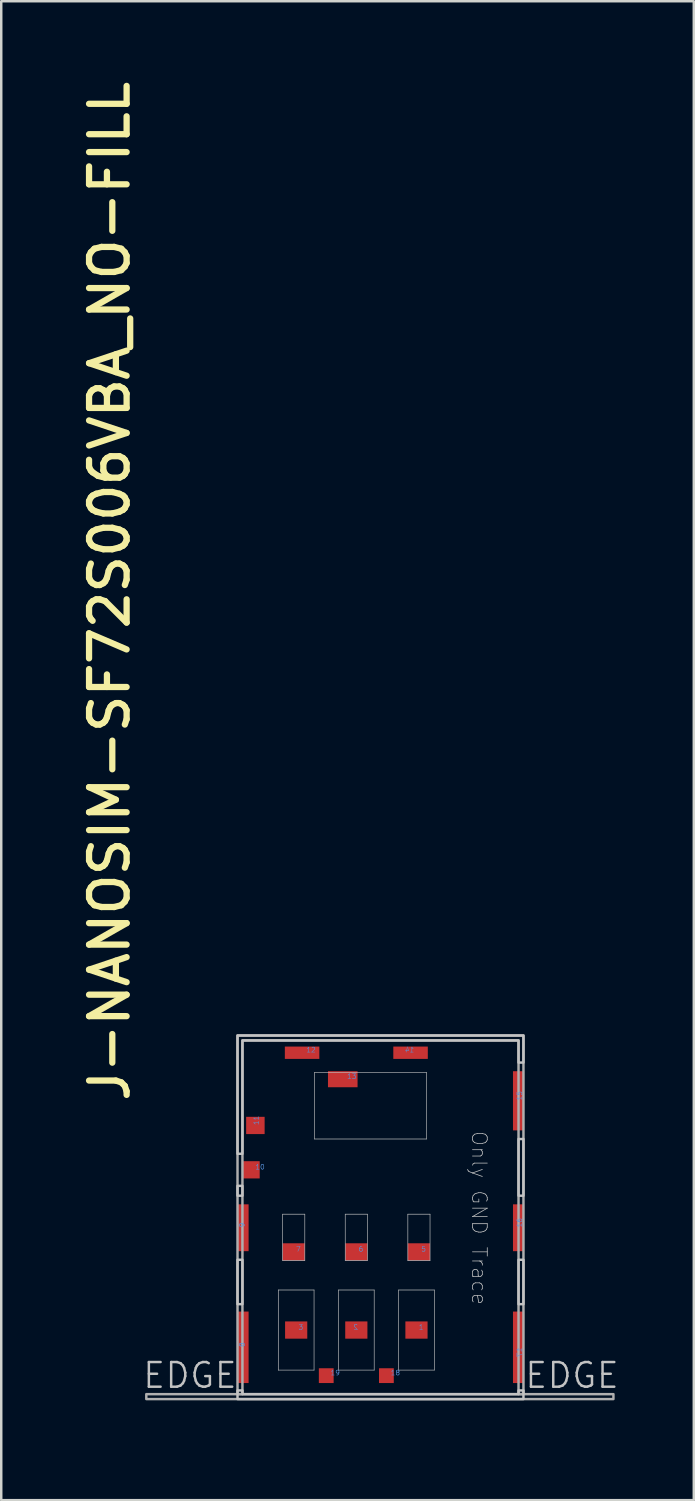
<source format=kicad_pcb>
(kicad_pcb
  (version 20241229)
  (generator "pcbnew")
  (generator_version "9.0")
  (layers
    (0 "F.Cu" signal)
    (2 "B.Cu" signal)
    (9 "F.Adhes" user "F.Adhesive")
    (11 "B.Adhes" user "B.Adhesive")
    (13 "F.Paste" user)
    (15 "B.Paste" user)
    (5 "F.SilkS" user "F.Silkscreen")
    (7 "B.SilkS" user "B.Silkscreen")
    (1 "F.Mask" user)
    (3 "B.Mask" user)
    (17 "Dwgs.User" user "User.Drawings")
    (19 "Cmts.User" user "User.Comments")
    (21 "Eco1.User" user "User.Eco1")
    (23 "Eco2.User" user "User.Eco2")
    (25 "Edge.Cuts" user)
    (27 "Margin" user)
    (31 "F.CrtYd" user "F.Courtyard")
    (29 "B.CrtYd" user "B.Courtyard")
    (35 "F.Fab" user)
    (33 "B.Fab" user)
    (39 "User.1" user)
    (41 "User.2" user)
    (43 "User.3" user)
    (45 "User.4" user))
  (footprint "J-NANOSIM-SF72S006VBA_NO-FILL"
    (layer "F.Cu")
    (at 12.385 46.856)
    (property "Reference" "J-NANOSIM-SF72S006VBA_NO-FILL" (at -10.099 -5.106 90) (unlocked yes) (layer "F.SilkS") (effects (font (size 1.524 1.524) (thickness 0.254)) (justify left bottom)))
    (fp_line (start -4.145 2.425) (end -4.145 5.675) (stroke (width 0.025) (type solid)) (layer "Dwgs.User"))
    (fp_line (start -3.97 -0.65) (end -3.97 1.23) (stroke (width 0.025) (type solid)) (layer "Dwgs.User"))
    (fp_line (start -3.07 -0.65) (end -3.97 -0.65) (stroke (width 0.025) (type solid)) (layer "Dwgs.User"))
    (fp_line (start -3.07 -0.65) (end -3.07 1.23) (stroke (width 0.025) (type solid)) (layer "Dwgs.User"))
    (fp_line (start -3.07 1.23) (end -3.97 1.23) (stroke (width 0.025) (type solid)) (layer "Dwgs.User"))
    (fp_line (start -2.695 2.425) (end -4.145 2.425) (stroke (width 0.025) (type solid)) (layer "Dwgs.User"))
    (fp_line (start -2.695 2.425) (end -2.695 5.675) (stroke (width 0.025) (type solid)) (layer "Dwgs.User"))
    (fp_line (start -2.695 5.675) (end -4.145 5.675) (stroke (width 0.025) (type solid)) (layer "Dwgs.User"))
    (fp_line (start -2.68 -6.4) (end -2.68 -3.7) (stroke (width 0.025) (type solid)) (layer "Dwgs.User"))
    (fp_line (start -1.705 2.425) (end -1.705 5.675) (stroke (width 0.025) (type solid)) (layer "Dwgs.User"))
    (fp_line (start -1.43 -0.65) (end -1.43 1.23) (stroke (width 0.025) (type solid)) (layer "Dwgs.User"))
    (fp_line (start -0.53 -0.65) (end -1.43 -0.65) (stroke (width 0.025) (type solid)) (layer "Dwgs.User"))
    (fp_line (start -0.53 -0.65) (end -0.53 1.23) (stroke (width 0.025) (type solid)) (layer "Dwgs.User"))
    (fp_line (start -0.53 1.23) (end -1.43 1.23) (stroke (width 0.025) (type solid)) (layer "Dwgs.User"))
    (fp_line (start -0.255 2.425) (end -1.705 2.425) (stroke (width 0.025) (type solid)) (layer "Dwgs.User"))
    (fp_line (start -0.255 2.425) (end -0.255 5.675) (stroke (width 0.025) (type solid)) (layer "Dwgs.User"))
    (fp_line (start -0.255 5.675) (end -1.705 5.675) (stroke (width 0.025) (type solid)) (layer "Dwgs.User"))
    (fp_line (start 0.735 2.425) (end 0.735 5.675) (stroke (width 0.025) (type solid)) (layer "Dwgs.User"))
    (fp_line (start 1.11 -0.65) (end 1.11 1.23) (stroke (width 0.025) (type solid)) (layer "Dwgs.User"))
    (fp_line (start 1.87 -6.4) (end -2.68 -6.4) (stroke (width 0.025) (type solid)) (layer "Dwgs.User"))
    (fp_line (start 1.87 -6.4) (end 1.87 -3.7) (stroke (width 0.025) (type solid)) (layer "Dwgs.User"))
    (fp_line (start 1.87 -3.7) (end -2.68 -3.7) (stroke (width 0.025) (type solid)) (layer "Dwgs.User"))
    (fp_line (start 2.01 -0.65) (end 1.11 -0.65) (stroke (width 0.025) (type solid)) (layer "Dwgs.User"))
    (fp_line (start 2.01 -0.65) (end 2.01 1.23) (stroke (width 0.025) (type solid)) (layer "Dwgs.User"))
    (fp_line (start 2.01 1.23) (end 1.11 1.23) (stroke (width 0.025) (type solid)) (layer "Dwgs.User"))
    (fp_line (start 2.185 2.425) (end 0.735 2.425) (stroke (width 0.025) (type solid)) (layer "Dwgs.User"))
    (fp_line (start 2.185 2.425) (end 2.185 5.675) (stroke (width 0.025) (type solid)) (layer "Dwgs.User"))
    (fp_line (start 2.185 5.675) (end 0.735 5.675) (stroke (width 0.025) (type solid)) (layer "Dwgs.User"))
    (fp_poly (pts (xy -5.8 -1.8) (xy -5.8 -1.4) (xy -5.6 -1.4) (xy -5.6 -1.8)) (stroke (width 0.1) (type default)) (fill no) (layer "Dwgs.User"))
    (fp_poly (pts (xy -5.8 3) (xy -5.8 1.2) (xy -5.6 1.2) (xy -5.6 3)) (stroke (width 0.1) (type default)) (fill no) (layer "Dwgs.User"))
    (fp_poly (pts (xy 5.6 -1.4) (xy 5.6 -3.7) (xy 5.8 -3.7) (xy 5.8 -1.4)) (stroke (width 0.1) (type default)) (fill no) (layer "Dwgs.User"))
    (fp_poly (pts (xy 5.6 3) (xy 5.6 1.2) (xy 5.8 1.2) (xy 5.8 3)) (stroke (width 0.1) (type default)) (fill no) (layer "Dwgs.User"))
    (fp_poly (pts (xy -5.8 -3.1) (xy -5.8 -7.9) (xy 5.8 -7.9) (xy 5.8 -6.8) (xy 5.6 -6.8) (xy 5.6 -7.7) (xy -5.6 -7.7) (xy -5.6 -3.1)) (stroke (width 0.1) (type default)) (fill no) (layer "Dwgs.User"))
    (fp_poly (pts (xy -5.8 6.85) (xy -5.8 6.5) (xy -5.6 6.5) (xy -5.6 6.65) (xy 5.6 6.65) (xy 5.6 6.5) (xy 5.8 6.5) (xy 5.8 6.85)) (stroke (width 0.1) (type default)) (fill no) (layer "Dwgs.User"))
    (fp_poly (pts (xy -9.5 6.65) (xy 9.45 6.65) (xy 9.45 6.85) (xy -9.5 6.85)) (stroke (width 0.1) (type solid)) (fill no) (layer "F.Fab"))
    (fp_poly (pts (xy -5.8 -7.9) (xy -5.8 6.65) (xy -5.6 6.65) (xy -5.6 -7.7) (xy 5.6 -7.7) (xy 5.6 6.65) (xy 5.8 6.65) (xy 5.8 -7.9)) (stroke (width 0.1) (type solid)) (fill no) (layer "F.Fab"))
    (fp_poly (pts (xy 5.8 -7.9) (xy 5.8 7.9) (xy -5.8 7.9) (xy -5.8 -7.9)) (stroke (width 0.1) (type default)) (fill no) (layer "User.8"))
    (fp_text user "EDGE" (at 5.8 6.475 0) (unlocked yes) (layer "Dwgs.User") (effects (font (size 1 1) (thickness 0.1)) (justify left bottom)))
    (fp_text user "EDGE" (at -9.7 6.475 0) (unlocked yes) (layer "Dwgs.User") (effects (font (size 1 1) (thickness 0.1)) (justify left bottom)))
    (fp_text user "Only GND Trace" (at 3.657 -4.057 270) (unlocked yes) (layer "Dwgs.User") (effects (font (size 0.6 0.6) (thickness 0.03)) (justify left bottom)))
    (fp_text user "9" (at -5.495 -0.1 90) (unlocked yes) (layer "Cmts.User") (effects (font (size 0.2 0.2) (thickness 0.02)) (justify left bottom)))
    (fp_text user "14" (at 1.38 -7.2 0) (unlocked yes) (layer "Cmts.User") (effects (font (size 0.2 0.2) (thickness 0.02)) (justify left bottom mirror)))
    (fp_text user "17" (at 5.76 4.75 90) (unlocked yes) (layer "Cmts.User") (effects (font (size 0.2 0.2) (thickness 0.02)) (justify left bottom mirror)))
    (fp_text user "7" (at -3.44 0.88 0) (unlocked yes) (layer "Cmts.User") (effects (font (size 0.2 0.2) (thickness 0.02)) (justify left bottom)))
    (fp_text user "11" (at -4.915 -4.25 90) (unlocked yes) (layer "Cmts.User") (effects (font (size 0.2 0.2) (thickness 0.02)) (justify left bottom)))
    (fp_text user "5" (at 1.64 0.88 0) (unlocked yes) (layer "Cmts.User") (effects (font (size 0.2 0.2) (thickness 0.02)) (justify left bottom)))
    (fp_text user "16" (at 5.76 -0.1 90) (unlocked yes) (layer "Cmts.User") (effects (font (size 0.2 0.2) (thickness 0.02)) (justify left bottom)))
    (fp_text user "10" (at -5.09 -2.45 0) (unlocked yes) (layer "Cmts.User") (effects (font (size 0.2 0.2) (thickness 0.02)) (justify left bottom)))
    (fp_text user "8" (at -5.495 4.75 90) (unlocked yes) (layer "Cmts.User") (effects (font (size 0.2 0.2) (thickness 0.02)) (justify left bottom)))
    (fp_text user "19" (at -2.04 5.9 0) (unlocked yes) (layer "Cmts.User") (effects (font (size 0.2 0.2) (thickness 0.02)) (justify left bottom)))
    (fp_text user "18" (at 0.4 5.9 0) (unlocked yes) (layer "Cmts.User") (effects (font (size 0.2 0.2) (thickness 0.02)) (justify left bottom)))
    (fp_text user "13" (at -1.37 -6.125 0) (unlocked yes) (layer "Cmts.User") (effects (font (size 0.2 0.2) (thickness 0.02)) (justify left bottom)))
    (fp_text user "3" (at -3.34 4.05 0) (unlocked yes) (layer "Cmts.User") (effects (font (size 0.2 0.2) (thickness 0.02)) (justify left bottom)))
    (fp_text user "15" (at 5.76 -5.25 90) (unlocked yes) (layer "Cmts.User") (effects (font (size 0.2 0.2) (thickness 0.02)) (justify left bottom)))
    (fp_text user "1" (at 1.54 4.05 0) (unlocked yes) (layer "Cmts.User") (effects (font (size 0.2 0.2) (thickness 0.02)) (justify left bottom)))
    (fp_text user "6" (at -0.9 0.88 0) (unlocked yes) (layer "Cmts.User") (effects (font (size 0.2 0.2) (thickness 0.02)) (justify left bottom)))
    (fp_text user "12" (at -3.02 -7.2 0) (unlocked yes) (layer "Cmts.User") (effects (font (size 0.2 0.2) (thickness 0.02)) (justify left bottom)))
    (fp_text user "2" (at -0.9 4.05 0) (unlocked yes) (layer "Cmts.User") (effects (font (size 0.2 0.2) (thickness 0.02)) (justify left bottom mirror)))
    (pad "C1" smd rect (at 1.46 4.05 180) (size 0.9 0.7) (layers "F.Cu" "F.Mask" "F.Paste"))
    (pad "C2" smd rect (at -0.98 4.05 180) (size 0.9 0.7) (layers "F.Cu" "F.Mask" "F.Paste"))
    (pad "C3" smd rect (at -3.42 4.05 180) (size 0.9 0.7) (layers "F.Cu" "F.Mask" "F.Paste"))
    (pad "C5" smd rect (at 1.56 0.88 180) (size 0.9 0.7) (layers "F.Cu" "F.Mask" "F.Paste"))
    (pad "C6" smd rect (at -0.98 0.88 180) (size 0.9 0.7) (layers "F.Cu" "F.Mask" "F.Paste"))
    (pad "C7" smd rect (at -3.52 0.88 180) (size 0.9 0.7) (layers "F.Cu" "F.Mask" "F.Paste"))
    (pad "CSW" smd rect (at -5.25 -2.45 180) (size 0.7 0.7) (layers "F.Cu" "F.Mask" "F.Paste"))
    (pad "DSW" smd rect (at -1.53 -6.125 180) (size 1.2 0.65) (layers "F.Cu" "F.Mask" "F.Paste"))
    (pad "SH" smd rect (at -5.575 -0.1 180) (size 0.45 1.9) (layers "F.Cu" "F.Mask" "F.Paste"))
    (pad "SH" smd rect (at -5.575 4.75 180) (size 0.45 2.9) (layers "F.Cu" "F.Mask" "F.Paste"))
    (pad "SH" smd rect (at -5.075 -4.25 180) (size 0.75 0.7) (layers "F.Cu" "F.Mask" "F.Paste"))
    (pad "SH" smd rect (at -3.18 -7.2 180) (size 1.4 0.5) (layers "F.Cu" "F.Mask" "F.Paste"))
    (pad "SH" smd rect (at -2.2 5.9 180) (size 0.6 0.6) (layers "F.Cu" "F.Mask" "F.Paste"))
    (pad "SH" smd rect (at 0.24 5.9 180) (size 0.6 0.6) (layers "F.Cu" "F.Mask" "F.Paste"))
    (pad "SH" smd rect (at 1.22 -7.2 180) (size 1.4 0.5) (layers "F.Cu" "F.Mask" "F.Paste"))
    (pad "SH" smd rect (at 5.6 -5.25 180) (size 0.45 2.4) (layers "F.Cu" "F.Mask" "F.Paste"))
    (pad "SH" smd rect (at 5.6 -0.1 180) (size 0.45 1.9) (layers "F.Cu" "F.Mask" "F.Paste"))
    (pad "SH" smd rect (at 5.6 4.75 180) (size 0.45 2.9) (layers "F.Cu" "F.Mask" "F.Paste"))
    (zone (net_name "") (layer "F.Cu") (hatch edge 0.5) (connect_pads) (min_thickness 0.25) (filled_areas_thickness no) (keepout (tracks allowed) (vias allowed) (pads allowed) (copperpour not_allowed) (footprints allowed)) (placement (enabled no)) (fill) (polygon (pts (xy 9.735 40.456) (xy 9.735 40.606) (xy 14.235 40.606) (xy 14.235 43.156) (xy 9.735 43.156) (xy 9.735 40.606) (xy 9.735 40.456) (xy 9.585 40.456) (xy 9.585 43.656) (xy 14.535 43.656) (xy 14.535 40.456))))
    (zone (net_name "") (layer "F.Cu") (hatch edge 0.5) (connect_pads) (min_thickness 0.25) (filled_areas_thickness no) (keepout (tracks allowed) (vias allowed) (pads allowed) (copperpour not_allowed) (footprints allowed)) (placement (enabled no)) (fill) (polygon (pts (xy 8.235 52.506) (xy 8.235 49.256) (xy 9.685 49.256) (xy 9.685 52.506) (xy 8.235 52.506) (xy 8.235 53.506) (xy 7.885 53.506) (xy 7.885 50.806) (xy 7.885 48.106) (xy 8.385 48.106) (xy 9.335 48.106) (xy 10.935 48.106) (xy 11.885 48.106) (xy 13.485 48.106) (xy 14.435 48.106) (xy 14.435 46.206) (xy 13.485 46.206) (xy 13.485 48.106) (xy 11.885 48.106) (xy 11.885 46.206) (xy 10.935 46.206) (xy 10.935 48.106) (xy 9.335 48.106) (xy 9.335 46.206) (xy 8.385 46.206) (xy 8.385 48.106) (xy 7.885 48.106) (xy 7.885 44.056) (xy 14.935 44.056) (xy 14.935 53.506) (xy 13.135 53.506) (xy 13.135 52.506) (xy 13.135 52.256) (xy 13.135 49.256) (xy 14.585 49.256) (xy 14.585 52.506) (xy 13.135 52.506) (xy 13.135 53.506) (xy 12.635 53.506) (xy 12.635 53.056) (xy 12.535 53.056) (xy 12.535 49.256) (xy 12.285 49.256) (xy 12.285 48.556) (xy 12.985 48.556) (xy 12.985 49.256) (xy 12.735 49.256) (xy 12.735 53.056) (xy 12.635 53.056) (xy 12.635 53.506) (xy 10.685 53.506) (xy 10.685 52.506) (xy 12.135 52.506) (xy 12.135 49.256) (xy 10.685 49.256) (xy 10.685 53.506) (xy 10.185 53.506) (xy 10.185 53.056) (xy 10.285 53.056) (xy 10.285 49.256) (xy 10.535 49.256) (xy 10.535 48.556) (xy 9.835 48.556) (xy 9.835 49.256) (xy 10.085 49.256) (xy 10.085 53.056) (xy 10.185 53.056) (xy 10.185 53.506) (xy 8.235 53.506)))))
  (gr_rect
    (start -3 -3)
    (end 25.095 57.806)
    (stroke (width 0.1) (type default))
    (fill no)
    (layer "Edge.Cuts")))
</source>
